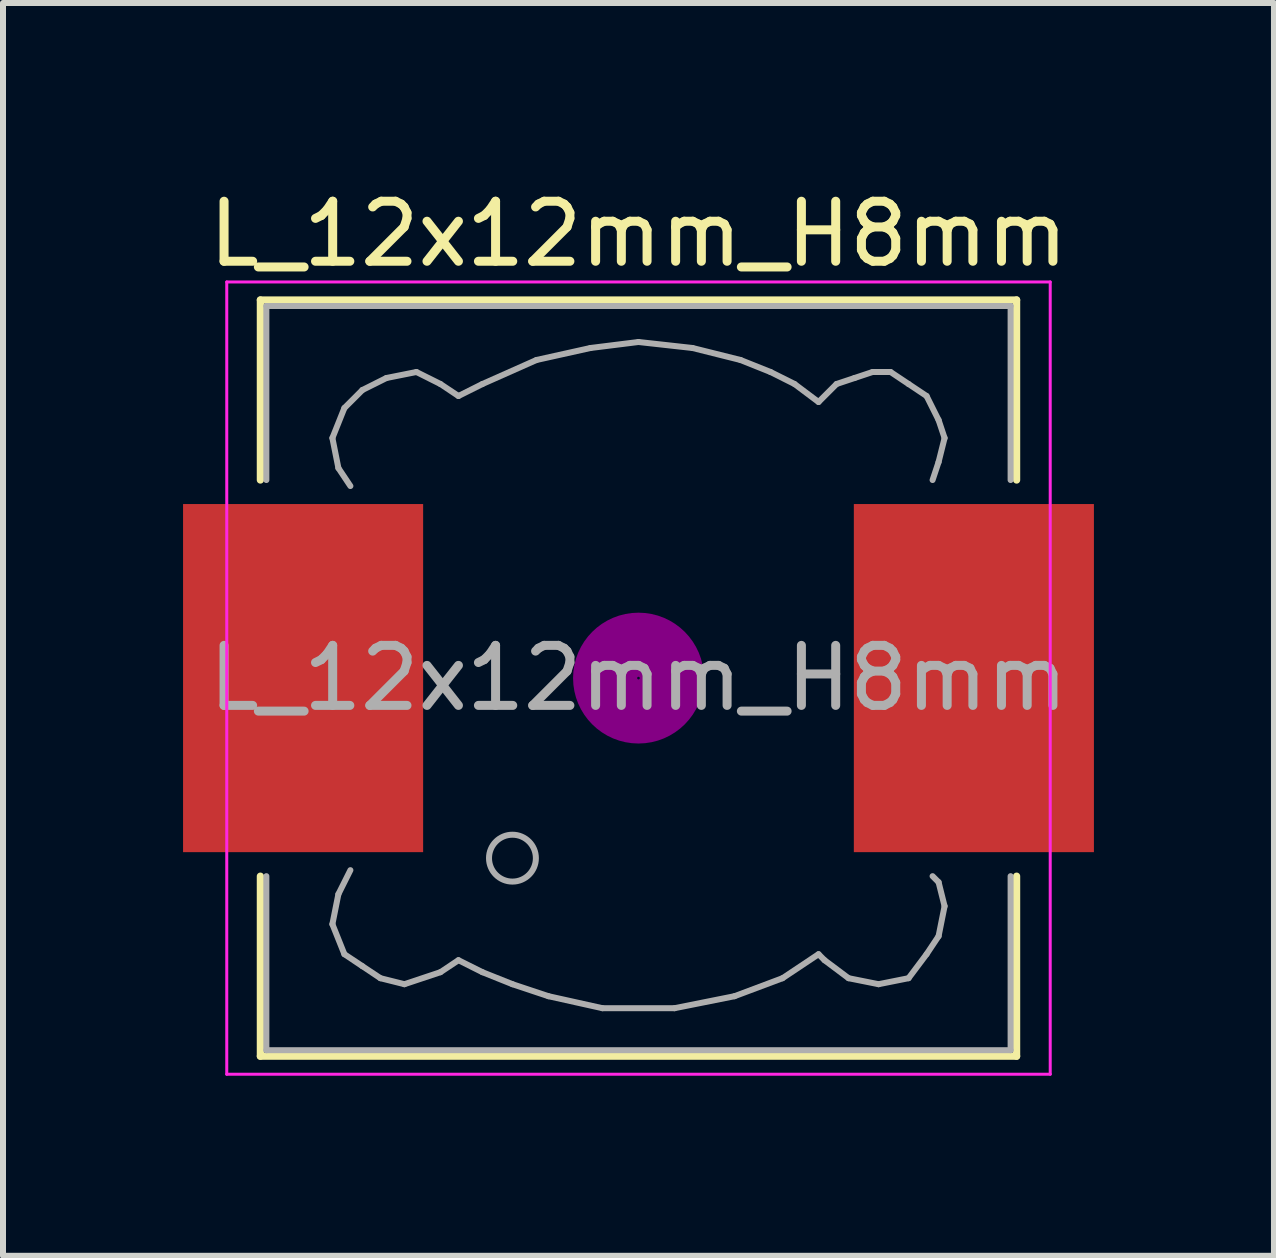
<source format=kicad_pcb>
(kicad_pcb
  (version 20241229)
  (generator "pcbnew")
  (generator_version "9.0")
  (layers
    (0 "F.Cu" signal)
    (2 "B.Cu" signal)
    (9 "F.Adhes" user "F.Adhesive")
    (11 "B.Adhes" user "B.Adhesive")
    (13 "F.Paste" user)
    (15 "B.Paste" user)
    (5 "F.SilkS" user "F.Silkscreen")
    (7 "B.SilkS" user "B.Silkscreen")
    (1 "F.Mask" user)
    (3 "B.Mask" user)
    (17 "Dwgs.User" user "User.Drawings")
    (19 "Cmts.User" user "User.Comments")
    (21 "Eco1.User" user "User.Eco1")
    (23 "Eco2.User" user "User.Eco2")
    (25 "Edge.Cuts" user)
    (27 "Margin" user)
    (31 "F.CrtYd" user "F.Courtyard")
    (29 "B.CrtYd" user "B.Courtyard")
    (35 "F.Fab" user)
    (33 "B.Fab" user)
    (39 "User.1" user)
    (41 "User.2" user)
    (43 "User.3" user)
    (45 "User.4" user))
  (footprint "L_12x12mm_H8mm"
    (layer "F.Cu")
    (at 7.588 8.248)
    (property "Reference" "L_12x12mm_H8mm" (at 0 -7.4 0) (layer "F.SilkS") (effects (font (size 1 1) (thickness 0.15))))
    (attr smd)
    (fp_line (start -6.3 -6.3) (end 6.3 -6.3) (stroke (width 0.12) (type solid)) (layer "F.SilkS"))
    (fp_line (start -6.3 -3.3) (end -6.3 -6.3) (stroke (width 0.12) (type solid)) (layer "F.SilkS"))
    (fp_line (start -6.3 6.3) (end -6.3 3.3) (stroke (width 0.12) (type solid)) (layer "F.SilkS"))
    (fp_line (start 6.3 -6.3) (end 6.3 -3.3) (stroke (width 0.12) (type solid)) (layer "F.SilkS"))
    (fp_line (start 6.3 3.3) (end 6.3 6.3) (stroke (width 0.12) (type solid)) (layer "F.SilkS"))
    (fp_line (start 6.3 6.3) (end -6.3 6.3) (stroke (width 0.12) (type solid)) (layer "F.SilkS"))
    (fp_circle (center 0 0) (end 0.15 0.15) (stroke (width 0.38) (type solid)) (fill no) (layer "F.Adhes"))
    (fp_circle (center 0 0) (end 0.55 0) (stroke (width 0.38) (type solid)) (fill no) (layer "F.Adhes"))
    (fp_circle (center 0 0) (end 0.9 0) (stroke (width 0.38) (type solid)) (fill no) (layer "F.Adhes"))
    (fp_line (start -6.86 -6.6) (end 6.86 -6.6) (stroke (width 0.05) (type solid)) (layer "F.CrtYd"))
    (fp_line (start -6.86 6.6) (end -6.86 -6.6) (stroke (width 0.05) (type solid)) (layer "F.CrtYd"))
    (fp_line (start 6.86 -6.6) (end 6.86 6.6) (stroke (width 0.05) (type solid)) (layer "F.CrtYd"))
    (fp_line (start 6.86 6.6) (end -6.86 6.6) (stroke (width 0.05) (type solid)) (layer "F.CrtYd"))
    (fp_line (start -6.2 -6.2) (end -6.2 -3.3) (stroke (width 0.1) (type solid)) (layer "F.Fab"))
    (fp_line (start -6.2 3.3) (end -6.2 6.2) (stroke (width 0.1) (type solid)) (layer "F.Fab"))
    (fp_line (start -6.2 6.2) (end 6.2 6.2) (stroke (width 0.1) (type solid)) (layer "F.Fab"))
    (fp_line (start -5.1 -4) (end -5 -3.5) (stroke (width 0.1) (type solid)) (layer "F.Fab"))
    (fp_line (start -5.1 4.1) (end -5 3.6) (stroke (width 0.1) (type solid)) (layer "F.Fab"))
    (fp_line (start -5 -3.5) (end -4.8 -3.2) (stroke (width 0.1) (type solid)) (layer "F.Fab"))
    (fp_line (start -5 3.6) (end -4.8 3.2) (stroke (width 0.1) (type solid)) (layer "F.Fab"))
    (fp_line (start -4.9 -4.5) (end -5.1 -4) (stroke (width 0.1) (type solid)) (layer "F.Fab"))
    (fp_line (start -4.9 4.6) (end -5.1 4.1) (stroke (width 0.1) (type solid)) (layer "F.Fab"))
    (fp_line (start -4.6 -4.8) (end -4.9 -4.5) (stroke (width 0.1) (type solid)) (layer "F.Fab"))
    (fp_line (start -4.6 4.8) (end -4.9 4.6) (stroke (width 0.1) (type solid)) (layer "F.Fab"))
    (fp_line (start -4.3 5) (end -4.6 4.8) (stroke (width 0.1) (type solid)) (layer "F.Fab"))
    (fp_line (start -4.2 -5) (end -4.6 -4.8) (stroke (width 0.1) (type solid)) (layer "F.Fab"))
    (fp_line (start -3.9 5.1) (end -4.3 5) (stroke (width 0.1) (type solid)) (layer "F.Fab"))
    (fp_line (start -3.7 -5.1) (end -4.2 -5) (stroke (width 0.1) (type solid)) (layer "F.Fab"))
    (fp_line (start -3.3 -4.9) (end -3.7 -5.1) (stroke (width 0.1) (type solid)) (layer "F.Fab"))
    (fp_line (start -3.3 4.9) (end -3.9 5.1) (stroke (width 0.1) (type solid)) (layer "F.Fab"))
    (fp_line (start -3 -4.7) (end -3.3 -4.9) (stroke (width 0.1) (type solid)) (layer "F.Fab"))
    (fp_line (start -3 4.7) (end -3.3 4.9) (stroke (width 0.1) (type solid)) (layer "F.Fab"))
    (fp_line (start -2.6 -4.9) (end -3 -4.7) (stroke (width 0.1) (type solid)) (layer "F.Fab"))
    (fp_line (start -2.6 4.9) (end -3 4.7) (stroke (width 0.1) (type solid)) (layer "F.Fab"))
    (fp_line (start -2.1 5.1) (end -2.6 4.9) (stroke (width 0.1) (type solid)) (layer "F.Fab"))
    (fp_line (start -1.7 -5.3) (end -2.6 -4.9) (stroke (width 0.1) (type solid)) (layer "F.Fab"))
    (fp_line (start -1.5 5.3) (end -2.1 5.1) (stroke (width 0.1) (type solid)) (layer "F.Fab"))
    (fp_line (start -0.8 -5.5) (end -1.7 -5.3) (stroke (width 0.1) (type solid)) (layer "F.Fab"))
    (fp_line (start -0.6 5.5) (end -1.5 5.3) (stroke (width 0.1) (type solid)) (layer "F.Fab"))
    (fp_line (start 0 -5.6) (end -0.8 -5.5) (stroke (width 0.1) (type solid)) (layer "F.Fab"))
    (fp_line (start 0.6 5.5) (end -0.6 5.5) (stroke (width 0.1) (type solid)) (layer "F.Fab"))
    (fp_line (start 0.9 -5.5) (end 0 -5.6) (stroke (width 0.1) (type solid)) (layer "F.Fab"))
    (fp_line (start 1.6 5.3) (end 0.6 5.5) (stroke (width 0.1) (type solid)) (layer "F.Fab"))
    (fp_line (start 1.7 -5.3) (end 0.9 -5.5) (stroke (width 0.1) (type solid)) (layer "F.Fab"))
    (fp_line (start 2.2 -5.1) (end 1.7 -5.3) (stroke (width 0.1) (type solid)) (layer "F.Fab"))
    (fp_line (start 2.4 5) (end 1.6 5.3) (stroke (width 0.1) (type solid)) (layer "F.Fab"))
    (fp_line (start 2.6 -4.9) (end 2.2 -5.1) (stroke (width 0.1) (type solid)) (layer "F.Fab"))
    (fp_line (start 3 -4.6) (end 2.6 -4.9) (stroke (width 0.1) (type solid)) (layer "F.Fab"))
    (fp_line (start 3 4.6) (end 2.4 5) (stroke (width 0.1) (type solid)) (layer "F.Fab"))
    (fp_line (start 3.1 4.7) (end 3 4.6) (stroke (width 0.1) (type solid)) (layer "F.Fab"))
    (fp_line (start 3.3 -4.9) (end 3 -4.6) (stroke (width 0.1) (type solid)) (layer "F.Fab"))
    (fp_line (start 3.5 5) (end 3.1 4.7) (stroke (width 0.1) (type solid)) (layer "F.Fab"))
    (fp_line (start 3.6 -5) (end 3.3 -4.9) (stroke (width 0.1) (type solid)) (layer "F.Fab"))
    (fp_line (start 3.9 -5.1) (end 3.6 -5) (stroke (width 0.1) (type solid)) (layer "F.Fab"))
    (fp_line (start 4 5.1) (end 3.5 5) (stroke (width 0.1) (type solid)) (layer "F.Fab"))
    (fp_line (start 4.2 -5.1) (end 3.9 -5.1) (stroke (width 0.1) (type solid)) (layer "F.Fab"))
    (fp_line (start 4.5 -4.9) (end 4.2 -5.1) (stroke (width 0.1) (type solid)) (layer "F.Fab"))
    (fp_line (start 4.5 5) (end 4 5.1) (stroke (width 0.1) (type solid)) (layer "F.Fab"))
    (fp_line (start 4.8 -4.7) (end 4.5 -4.9) (stroke (width 0.1) (type solid)) (layer "F.Fab"))
    (fp_line (start 4.8 4.6) (end 4.5 5) (stroke (width 0.1) (type solid)) (layer "F.Fab"))
    (fp_line (start 4.9 -3.3) (end 5 -3.6) (stroke (width 0.1) (type solid)) (layer "F.Fab"))
    (fp_line (start 4.9 3.3) (end 5 3.4) (stroke (width 0.1) (type solid)) (layer "F.Fab"))
    (fp_line (start 5 -4.3) (end 4.8 -4.7) (stroke (width 0.1) (type solid)) (layer "F.Fab"))
    (fp_line (start 5 -3.6) (end 5.1 -4) (stroke (width 0.1) (type solid)) (layer "F.Fab"))
    (fp_line (start 5 3.4) (end 5.1 3.8) (stroke (width 0.1) (type solid)) (layer "F.Fab"))
    (fp_line (start 5 4.3) (end 4.8 4.6) (stroke (width 0.1) (type solid)) (layer "F.Fab"))
    (fp_line (start 5.1 -4) (end 5 -4.3) (stroke (width 0.1) (type solid)) (layer "F.Fab"))
    (fp_line (start 5.1 3.8) (end 5 4.3) (stroke (width 0.1) (type solid)) (layer "F.Fab"))
    (fp_line (start 6.2 -6.2) (end -6.2 -6.2) (stroke (width 0.1) (type solid)) (layer "F.Fab"))
    (fp_line (start 6.2 -6.2) (end 6.2 -3.3) (stroke (width 0.1) (type solid)) (layer "F.Fab"))
    (fp_line (start 6.2 6.2) (end 6.2 3.3) (stroke (width 0.1) (type solid)) (layer "F.Fab"))
    (fp_circle (center -2.1 3) (end -1.8 3.25) (stroke (width 0.1) (type solid)) (fill no) (layer "F.Fab"))
    (fp_text user "${REFERENCE}" (at 0 0 0) (layer "F.Fab") (effects (font (size 1 1) (thickness 0.15))))
    (pad "1" smd rect (at -5.588 0) (size 4 5.8) (layers "F.Cu" "F.Mask" "F.Paste"))
    (pad "2" smd rect (at 5.588 0) (size 4 5.8) (layers "F.Cu" "F.Mask" "F.Paste")))
  (gr_rect
    (start -3 -3)
    (end 18.176 17.873)
    (stroke (width 0.1) (type default))
    (fill no)
    (layer "Edge.Cuts")))
</source>
